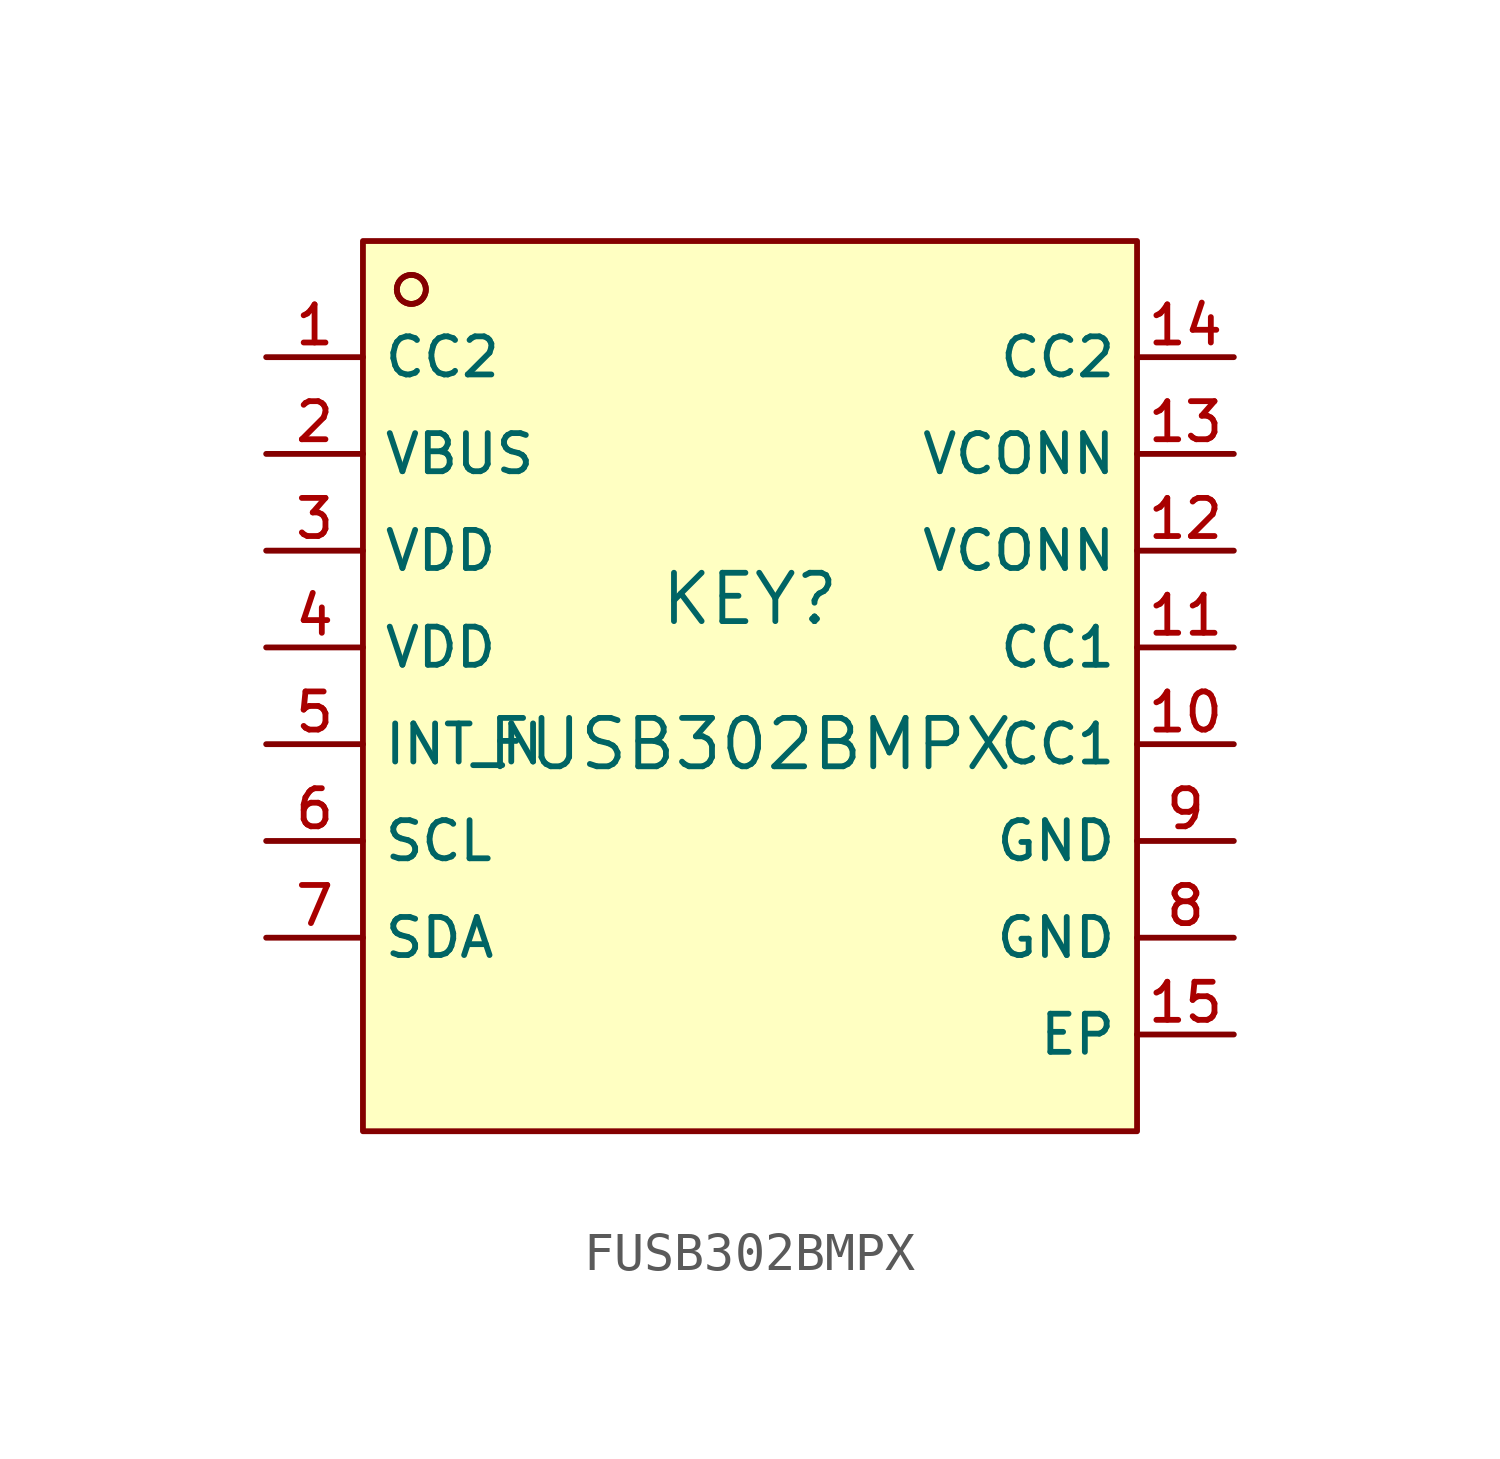
<source format=kicad_sym>
(kicad_symbol_lib
  (version 20210201)
  (generator TousstNicolas/JLC2KiCad_lib)
  (symbol "FUSB302BMPX"
    (property "Reference" "KEY"
      (at 0 1.27 0)
      (effects (font (size 1.27 1.27))))
    (property "Value" "FUSB302BMPX"
      (at 0 -2.54 0)
      (effects (font (size 1.27 1.27))))
    (symbol "FUSB302BMPX_0_1"
      (circle (center -8.89 9.398) (radius 0.381) (stroke (width 0) (type default) (color 0 0 0 0)) (fill (type background)))
      (rectangle (start -10.16 10.668) (end 10.16 -12.7) (stroke (width 0) (type default) (color 0 0 0 0)) (fill (type background)))
      (circle (center -8.89 9.398) (radius 0.381) (stroke (width 0) (type default) (color 0 0 0 0)) (fill (type background)))
      (pin unspecified line (at -12.7 7.62 0) (length 2.54) (name "CC2" (effects (font (size 1 1)))) (number "1" (effects (font (size 1 1)))))
      (pin unspecified line (at -12.7 5.08 0) (length 2.54) (name "VBUS" (effects (font (size 1 1)))) (number "2" (effects (font (size 1 1)))))
      (pin unspecified line (at -12.7 2.54 0) (length 2.54) (name "VDD" (effects (font (size 1 1)))) (number "3" (effects (font (size 1 1)))))
      (pin unspecified line (at -12.7 -0.0 0) (length 2.54) (name "VDD" (effects (font (size 1 1)))) (number "4" (effects (font (size 1 1)))))
      (pin unspecified line (at -12.7 -2.54 0) (length 2.54) (name "INT_N" (effects (font (size 1 1)))) (number "5" (effects (font (size 1 1)))))
      (pin unspecified line (at -12.7 -5.08 0) (length 2.54) (name "SCL" (effects (font (size 1 1)))) (number "6" (effects (font (size 1 1)))))
      (pin unspecified line (at -12.7 -7.62 0) (length 2.54) (name "SDA" (effects (font (size 1 1)))) (number "7" (effects (font (size 1 1)))))
      (pin unspecified line (at 12.7 -7.62 180) (length 2.54) (name "GND" (effects (font (size 1 1)))) (number "8" (effects (font (size 1 1)))))
      (pin unspecified line (at 12.7 -5.08 180) (length 2.54) (name "GND" (effects (font (size 1 1)))) (number "9" (effects (font (size 1 1)))))
      (pin unspecified line (at 12.7 -2.54 180) (length 2.54) (name "CC1" (effects (font (size 1 1)))) (number "10" (effects (font (size 1 1)))))
      (pin unspecified line (at 12.7 -0.0 180) (length 2.54) (name "CC1" (effects (font (size 1 1)))) (number "11" (effects (font (size 1 1)))))
      (pin unspecified line (at 12.7 2.54 180) (length 2.54) (name "VCONN" (effects (font (size 1 1)))) (number "12" (effects (font (size 1 1)))))
      (pin unspecified line (at 12.7 5.08 180) (length 2.54) (name "VCONN" (effects (font (size 1 1)))) (number "13" (effects (font (size 1 1)))))
      (pin unspecified line (at 12.7 7.62 180) (length 2.54) (name "CC2" (effects (font (size 1 1)))) (number "14" (effects (font (size 1 1)))))
      (pin unspecified line (at 12.7 -10.16 180) (length 2.54) (name "EP" (effects (font (size 1 1)))) (number "15" (effects (font (size 1 1))))))))
</source>
